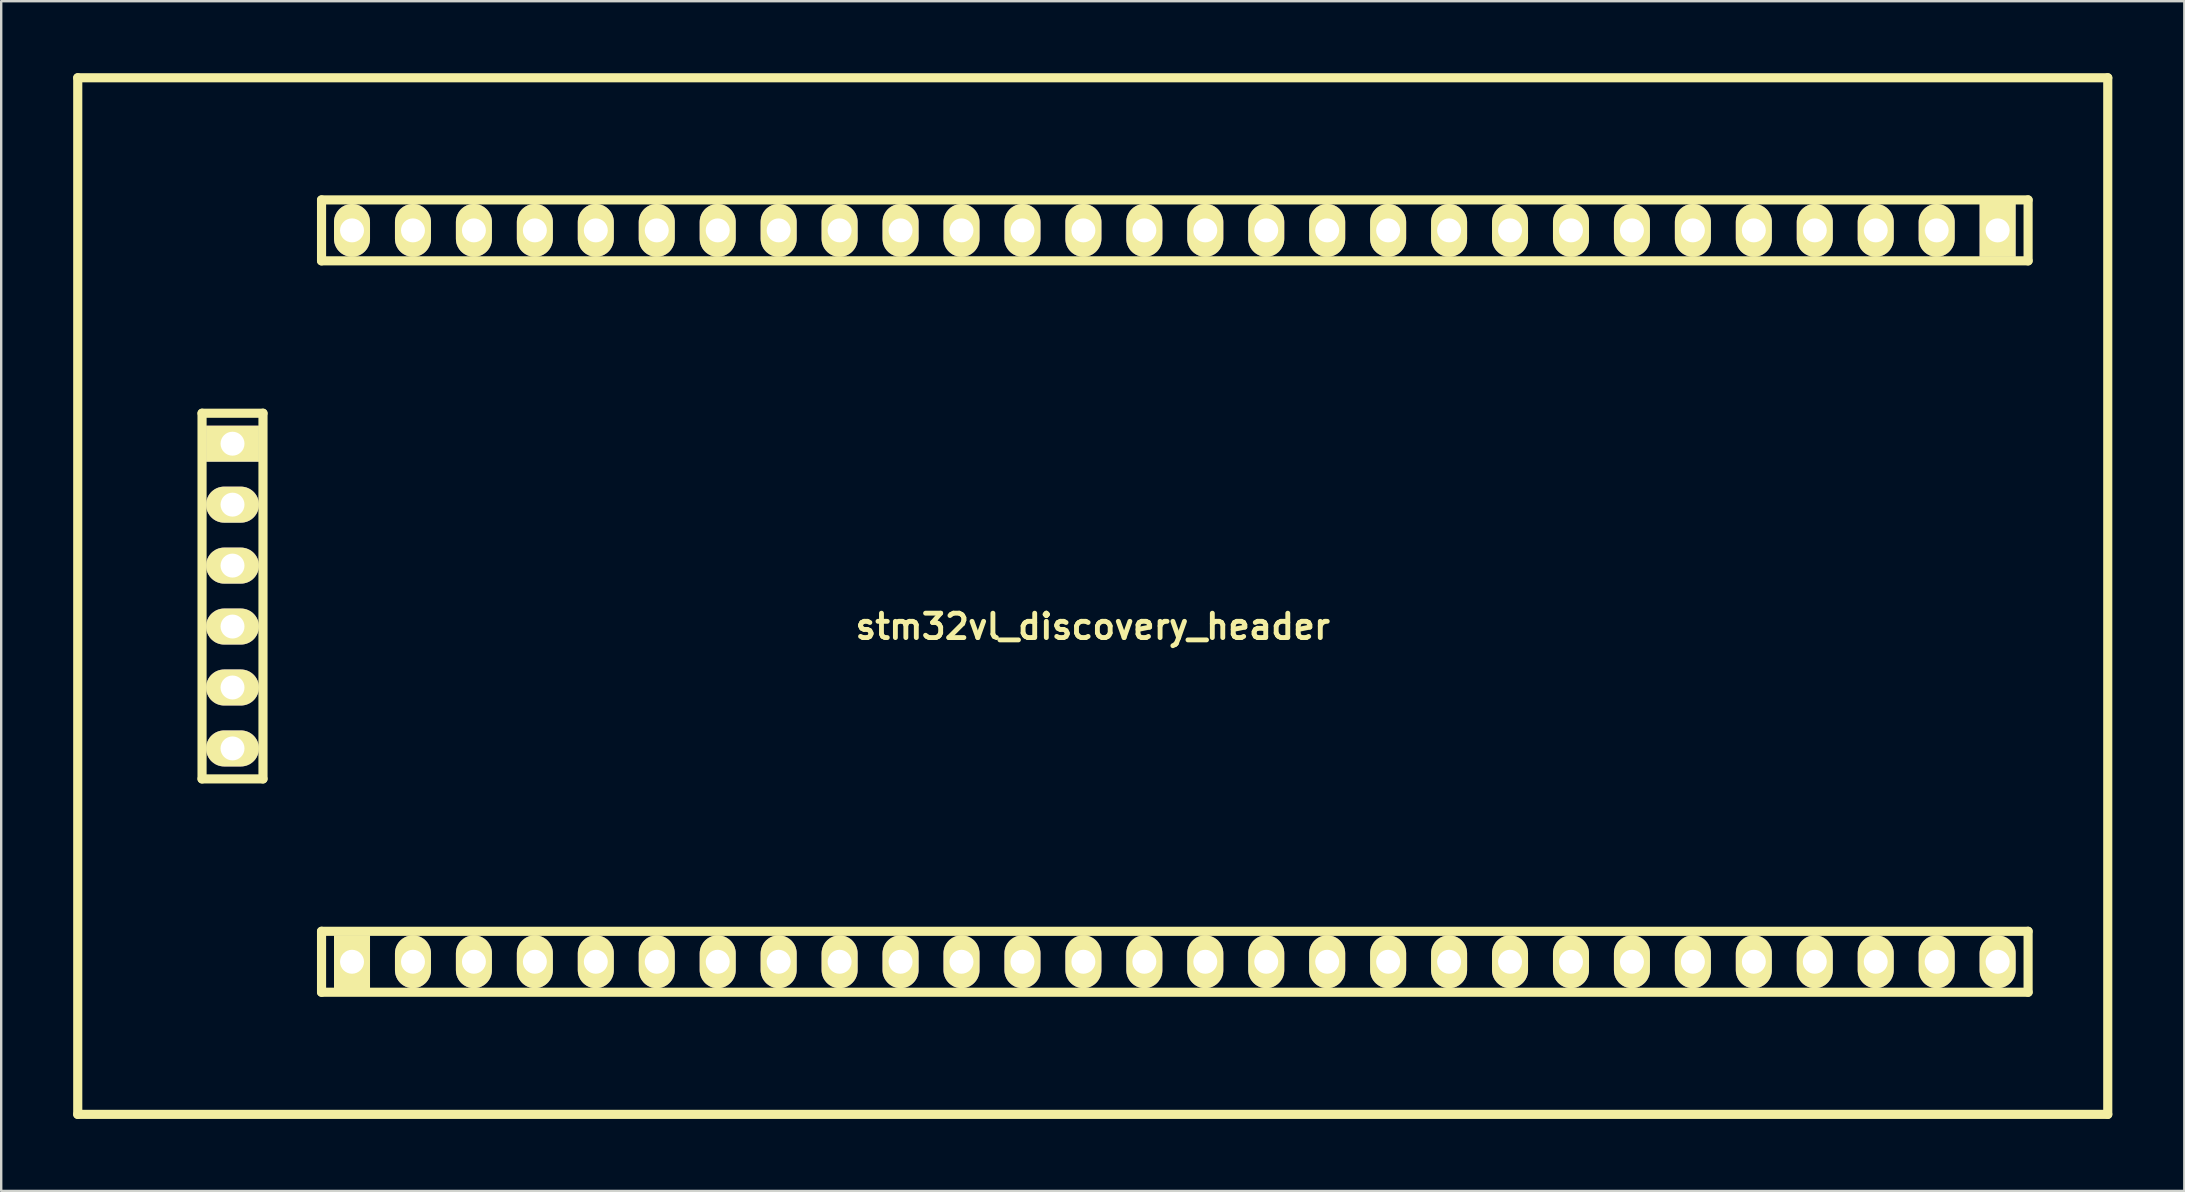
<source format=kicad_pcb>
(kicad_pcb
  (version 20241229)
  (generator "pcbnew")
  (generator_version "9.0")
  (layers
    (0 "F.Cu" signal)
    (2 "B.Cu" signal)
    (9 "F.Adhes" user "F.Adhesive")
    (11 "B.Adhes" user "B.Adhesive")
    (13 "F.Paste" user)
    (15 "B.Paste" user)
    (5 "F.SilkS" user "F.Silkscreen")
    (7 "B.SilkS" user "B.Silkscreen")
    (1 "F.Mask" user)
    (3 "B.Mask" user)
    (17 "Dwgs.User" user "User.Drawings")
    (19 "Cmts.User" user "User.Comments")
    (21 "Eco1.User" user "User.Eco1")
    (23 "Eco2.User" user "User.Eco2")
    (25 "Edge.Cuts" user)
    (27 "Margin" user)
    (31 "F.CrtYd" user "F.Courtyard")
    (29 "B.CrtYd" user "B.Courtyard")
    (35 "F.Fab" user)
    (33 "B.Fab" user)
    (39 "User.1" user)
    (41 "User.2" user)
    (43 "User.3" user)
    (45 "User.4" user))
  (footprint "stm32vl_discovery_header"
    (layer "F.Cu")
    (at 42.49 21.791)
    (property "Reference" "stm32vl_discovery_header" (at 0 1.27 0) (layer "F.SilkS") (effects (font (size 1.016 1.016) (thickness 0.203))))
    (attr through_hole)
    (fp_line (start -42.3 21.6) (end -42.3 -21.6) (stroke (width 0.381) (type solid)) (layer "F.SilkS"))
    (fp_line (start -42.3 21.6) (end 42.3 21.6) (stroke (width 0.381) (type solid)) (layer "F.SilkS"))
    (fp_line (start -37.12 -7.62) (end -37.12 7.62) (stroke (width 0.381) (type solid)) (layer "F.SilkS"))
    (fp_line (start -37.12 -7.62) (end -34.58 -7.62) (stroke (width 0.381) (type solid)) (layer "F.SilkS"))
    (fp_line (start -37.12 7.62) (end -34.58 7.62) (stroke (width 0.381) (type solid)) (layer "F.SilkS"))
    (fp_line (start -34.58 -7.62) (end -34.58 7.62) (stroke (width 0.381) (type solid)) (layer "F.SilkS"))
    (fp_line (start -32.14 -16.51) (end -32.14 -13.97) (stroke (width 0.381) (type solid)) (layer "F.SilkS"))
    (fp_line (start -32.14 -16.51) (end 38.98 -16.51) (stroke (width 0.381) (type solid)) (layer "F.SilkS"))
    (fp_line (start -32.14 -13.97) (end 38.98 -13.97) (stroke (width 0.381) (type solid)) (layer "F.SilkS"))
    (fp_line (start -32.14 13.97) (end 38.98 13.97) (stroke (width 0.381) (type solid)) (layer "F.SilkS"))
    (fp_line (start -32.14 16.51) (end -32.14 13.97) (stroke (width 0.381) (type solid)) (layer "F.SilkS"))
    (fp_line (start -32.14 16.51) (end 38.98 16.51) (stroke (width 0.381) (type solid)) (layer "F.SilkS"))
    (fp_line (start 38.98 -16.51) (end 38.98 -13.97) (stroke (width 0.381) (type solid)) (layer "F.SilkS"))
    (fp_line (start 38.98 16.51) (end 38.98 13.97) (stroke (width 0.381) (type solid)) (layer "F.SilkS"))
    (fp_line (start 42.3 -21.6) (end -42.3 -21.6) (stroke (width 0.381) (type solid)) (layer "F.SilkS"))
    (fp_line (start 42.3 21.6) (end 42.3 -21.6) (stroke (width 0.381) (type solid)) (layer "F.SilkS"))
    (pad "1" thru_hole rect (at 37.71 -15.24) (size 1.5 2.2) (drill 1.001) (layers "*.Cu" "*.Mask" "F.SilkS"))
    (pad "2" thru_hole oval (at 35.17 -15.24) (size 1.5 2.2) (drill 0.998) (layers "*.Cu" "*.Mask" "F.SilkS"))
    (pad "3" thru_hole oval (at 32.63 -15.24) (size 1.5 2.2) (drill 0.998) (layers "*.Cu" "*.Mask" "F.SilkS"))
    (pad "4" thru_hole oval (at 30.09 -15.24) (size 1.5 2.2) (drill 0.998) (layers "*.Cu" "*.Mask" "F.SilkS"))
    (pad "5" thru_hole oval (at 27.55 -15.24) (size 1.5 2.2) (drill 0.998) (layers "*.Cu" "*.Mask" "F.SilkS"))
    (pad "6" thru_hole oval (at 25.01 -15.24) (size 1.5 2.2) (drill 0.998) (layers "*.Cu" "*.Mask" "F.SilkS"))
    (pad "7" thru_hole oval (at 22.47 -15.24) (size 1.5 2.2) (drill 0.998) (layers "*.Cu" "*.Mask" "F.SilkS"))
    (pad "8" thru_hole oval (at 19.93 -15.24) (size 1.5 2.2) (drill 0.998) (layers "*.Cu" "*.Mask" "F.SilkS"))
    (pad "9" thru_hole oval (at 17.39 -15.24) (size 1.5 2.2) (drill 0.998) (layers "*.Cu" "*.Mask" "F.SilkS"))
    (pad "10" thru_hole oval (at 14.85 -15.24) (size 1.5 2.2) (drill 0.998) (layers "*.Cu" "*.Mask" "F.SilkS"))
    (pad "11" thru_hole oval (at 12.31 -15.24) (size 1.5 2.2) (drill 0.998) (layers "*.Cu" "*.Mask" "F.SilkS"))
    (pad "12" thru_hole oval (at 9.77 -15.24) (size 1.5 2.2) (drill 0.998) (layers "*.Cu" "*.Mask" "F.SilkS"))
    (pad "13" thru_hole oval (at 7.23 -15.24) (size 1.5 2.2) (drill 0.998) (layers "*.Cu" "*.Mask" "F.SilkS"))
    (pad "14" thru_hole oval (at 4.69 -15.24) (size 1.5 2.2) (drill 0.998) (layers "*.Cu" "*.Mask" "F.SilkS"))
    (pad "15" thru_hole oval (at 2.15 -15.24) (size 1.5 2.2) (drill 0.998) (layers "*.Cu" "*.Mask" "F.SilkS"))
    (pad "16" thru_hole oval (at -0.39 -15.24) (size 1.5 2.2) (drill 0.998) (layers "*.Cu" "*.Mask" "F.SilkS"))
    (pad "17" thru_hole oval (at -2.93 -15.24) (size 1.5 2.2) (drill 0.998) (layers "*.Cu" "*.Mask" "F.SilkS"))
    (pad "18" thru_hole oval (at -5.47 -15.24) (size 1.5 2.2) (drill 0.998) (layers "*.Cu" "*.Mask" "F.SilkS"))
    (pad "19" thru_hole oval (at -8.01 -15.24) (size 1.5 2.2) (drill 0.998) (layers "*.Cu" "*.Mask" "F.SilkS"))
    (pad "20" thru_hole oval (at -10.55 -15.24) (size 1.5 2.2) (drill 0.998) (layers "*.Cu" "*.Mask" "F.SilkS"))
    (pad "21" thru_hole oval (at -13.09 -15.24) (size 1.5 2.2) (drill 0.998) (layers "*.Cu" "*.Mask" "F.SilkS"))
    (pad "22" thru_hole oval (at -15.63 -15.24) (size 1.5 2.2) (drill 0.998) (layers "*.Cu" "*.Mask" "F.SilkS"))
    (pad "23" thru_hole oval (at -18.17 -15.24) (size 1.5 2.2) (drill 0.998) (layers "*.Cu" "*.Mask" "F.SilkS"))
    (pad "24" thru_hole oval (at -20.71 -15.24) (size 1.5 2.2) (drill 0.998) (layers "*.Cu" "*.Mask" "F.SilkS"))
    (pad "25" thru_hole oval (at -23.25 -15.24) (size 1.5 2.2) (drill 0.998) (layers "*.Cu" "*.Mask" "F.SilkS"))
    (pad "26" thru_hole oval (at -25.79 -15.24) (size 1.5 2.2) (drill 0.998) (layers "*.Cu" "*.Mask" "F.SilkS"))
    (pad "27" thru_hole oval (at -28.33 -15.24) (size 1.5 2.2) (drill 0.998) (layers "*.Cu" "*.Mask" "F.SilkS"))
    (pad "28" thru_hole oval (at -30.87 -15.24) (size 1.5 2.2) (drill 0.998) (layers "*.Cu" "*.Mask" "F.SilkS"))
    (pad "29" thru_hole rect (at -35.85 -6.35) (size 2.2 1.5) (drill 0.998) (layers "*.Cu" "*.Mask" "F.SilkS"))
    (pad "30" thru_hole oval (at -35.85 -3.81) (size 2.2 1.5) (drill 0.998) (layers "*.Cu" "*.Mask" "F.SilkS"))
    (pad "31" thru_hole oval (at -35.85 -1.27) (size 2.2 1.5) (drill 0.998) (layers "*.Cu" "*.Mask" "F.SilkS"))
    (pad "32" thru_hole oval (at -35.85 1.27) (size 2.2 1.5) (drill 0.998) (layers "*.Cu" "*.Mask" "F.SilkS"))
    (pad "33" thru_hole oval (at -35.85 3.81) (size 2.2 1.5) (drill 0.998) (layers "*.Cu" "*.Mask" "F.SilkS"))
    (pad "34" thru_hole oval (at -35.85 6.35) (size 2.2 1.5) (drill 0.998) (layers "*.Cu" "*.Mask" "F.SilkS"))
    (pad "35" thru_hole rect (at -30.87 15.24) (size 1.5 2.2) (drill 0.998) (layers "*.Cu" "*.Mask" "F.SilkS"))
    (pad "36" thru_hole oval (at -28.33 15.24) (size 1.5 2.2) (drill 0.998) (layers "*.Cu" "*.Mask" "F.SilkS"))
    (pad "37" thru_hole oval (at -25.79 15.24) (size 1.5 2.2) (drill 0.998) (layers "*.Cu" "*.Mask" "F.SilkS"))
    (pad "38" thru_hole oval (at -23.25 15.24) (size 1.5 2.2) (drill 0.998) (layers "*.Cu" "*.Mask" "F.SilkS"))
    (pad "39" thru_hole oval (at -20.71 15.24) (size 1.5 2.2) (drill 0.998) (layers "*.Cu" "*.Mask" "F.SilkS"))
    (pad "40" thru_hole oval (at -18.17 15.24) (size 1.5 2.2) (drill 0.998) (layers "*.Cu" "*.Mask" "F.SilkS"))
    (pad "41" thru_hole oval (at -15.63 15.24) (size 1.5 2.2) (drill 0.998) (layers "*.Cu" "*.Mask" "F.SilkS"))
    (pad "42" thru_hole oval (at -13.09 15.24) (size 1.5 2.2) (drill 0.998) (layers "*.Cu" "*.Mask" "F.SilkS"))
    (pad "43" thru_hole oval (at -10.55 15.24) (size 1.5 2.2) (drill 0.998) (layers "*.Cu" "*.Mask" "F.SilkS"))
    (pad "44" thru_hole oval (at -8.01 15.24) (size 1.5 2.2) (drill 0.998) (layers "*.Cu" "*.Mask" "F.SilkS"))
    (pad "45" thru_hole oval (at -5.47 15.24) (size 1.5 2.2) (drill 0.998) (layers "*.Cu" "*.Mask" "F.SilkS"))
    (pad "46" thru_hole oval (at -2.93 15.24) (size 1.5 2.2) (drill 0.998) (layers "*.Cu" "*.Mask" "F.SilkS"))
    (pad "47" thru_hole oval (at -0.39 15.24) (size 1.5 2.2) (drill 0.998) (layers "*.Cu" "*.Mask" "F.SilkS"))
    (pad "48" thru_hole oval (at 2.15 15.24) (size 1.5 2.2) (drill 0.998) (layers "*.Cu" "*.Mask" "F.SilkS"))
    (pad "49" thru_hole oval (at 4.69 15.24) (size 1.5 2.2) (drill 0.998) (layers "*.Cu" "*.Mask" "F.SilkS"))
    (pad "50" thru_hole oval (at 7.23 15.24) (size 1.5 2.2) (drill 0.998) (layers "*.Cu" "*.Mask" "F.SilkS"))
    (pad "51" thru_hole oval (at 9.77 15.24) (size 1.5 2.2) (drill 0.998) (layers "*.Cu" "*.Mask" "F.SilkS"))
    (pad "52" thru_hole oval (at 12.31 15.24) (size 1.5 2.2) (drill 0.998) (layers "*.Cu" "*.Mask" "F.SilkS"))
    (pad "53" thru_hole oval (at 14.85 15.24) (size 1.5 2.2) (drill 0.998) (layers "*.Cu" "*.Mask" "F.SilkS"))
    (pad "54" thru_hole oval (at 17.39 15.24) (size 1.5 2.2) (drill 0.998) (layers "*.Cu" "*.Mask" "F.SilkS"))
    (pad "55" thru_hole oval (at 19.93 15.24) (size 1.5 2.2) (drill 0.998) (layers "*.Cu" "*.Mask" "F.SilkS"))
    (pad "56" thru_hole oval (at 22.47 15.24) (size 1.5 2.2) (drill 0.998) (layers "*.Cu" "*.Mask" "F.SilkS"))
    (pad "57" thru_hole oval (at 25.01 15.24) (size 1.5 2.2) (drill 0.998) (layers "*.Cu" "*.Mask" "F.SilkS"))
    (pad "58" thru_hole oval (at 27.55 15.24) (size 1.5 2.2) (drill 0.998) (layers "*.Cu" "*.Mask" "F.SilkS"))
    (pad "59" thru_hole oval (at 30.09 15.24) (size 1.5 2.2) (drill 0.998) (layers "*.Cu" "*.Mask" "F.SilkS"))
    (pad "60" thru_hole oval (at 32.63 15.24) (size 1.5 2.2) (drill 0.998) (layers "*.Cu" "*.Mask" "F.SilkS"))
    (pad "61" thru_hole oval (at 35.17 15.24) (size 1.5 2.2) (drill 0.998) (layers "*.Cu" "*.Mask" "F.SilkS"))
    (pad "62" thru_hole oval (at 37.71 15.24) (size 1.5 2.2) (drill 1.001) (layers "*.Cu" "*.Mask" "F.SilkS")))
  (gr_rect
    (start -3 -3)
    (end 87.981 46.581)
    (stroke (width 0.1) (type default))
    (fill no)
    (layer "Edge.Cuts")))
</source>
